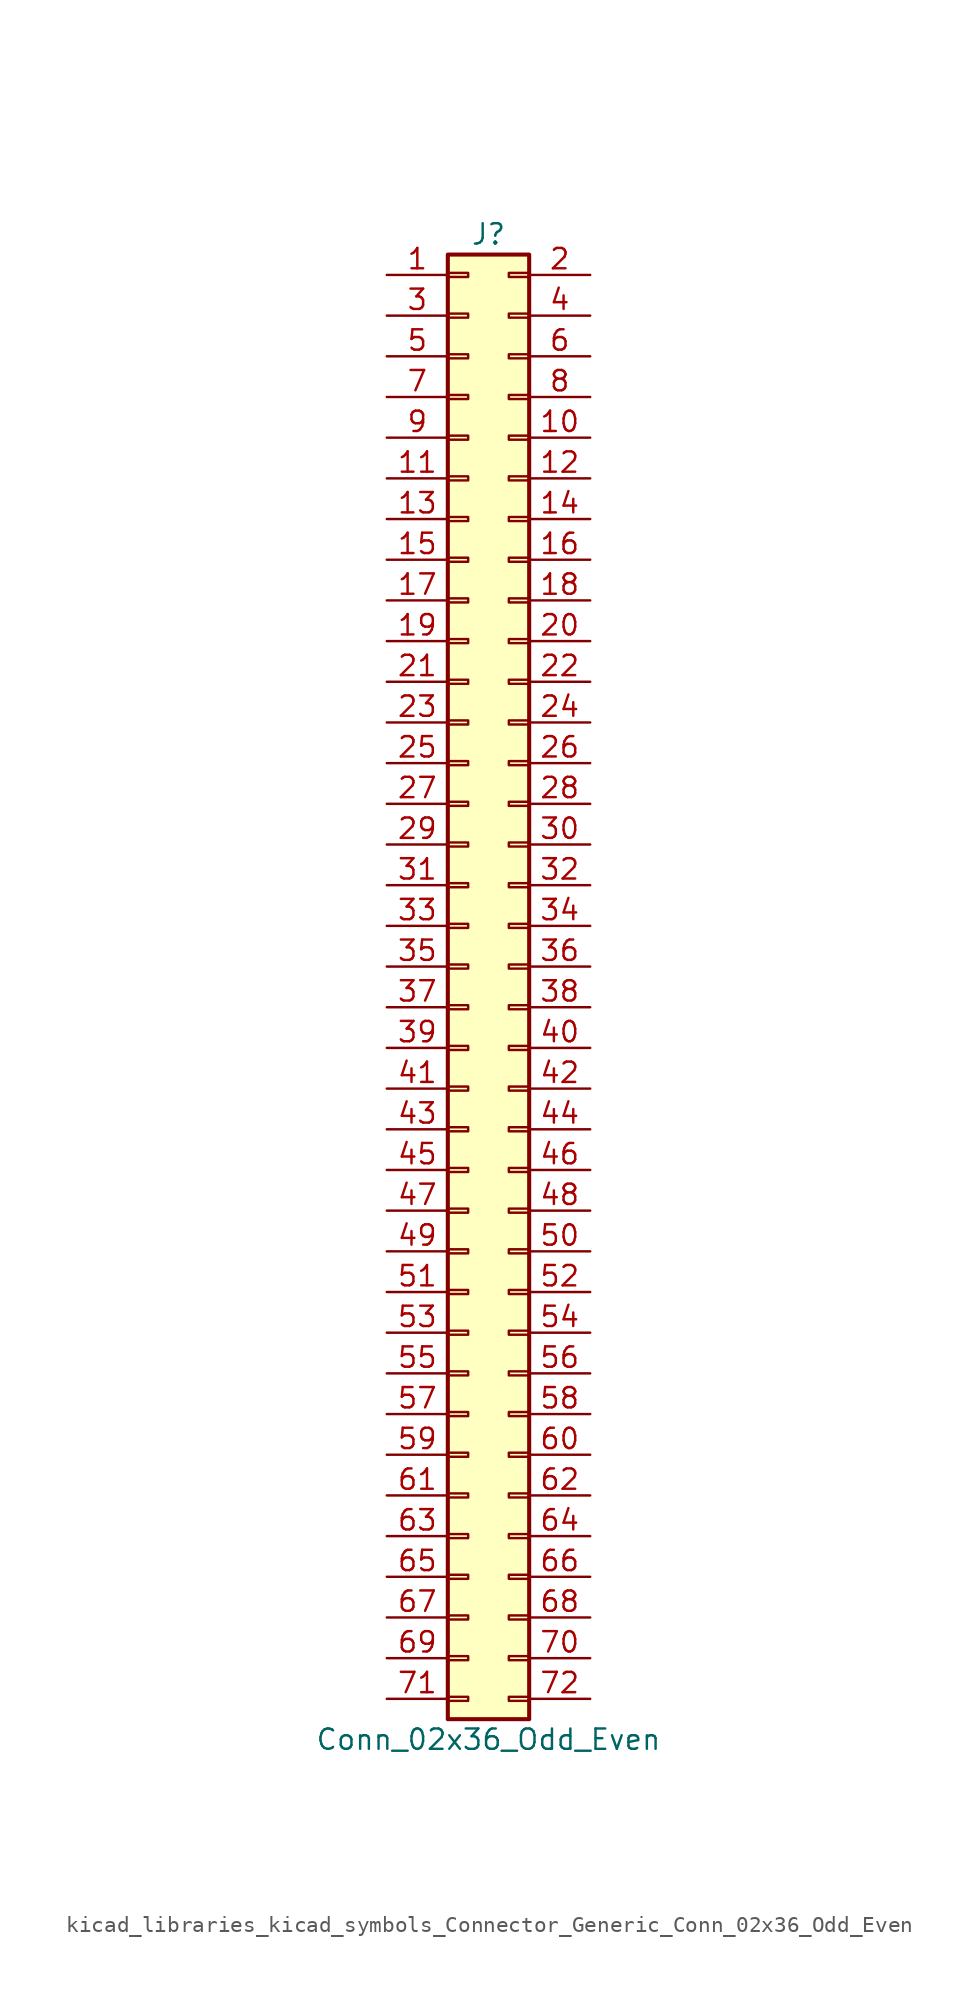
<source format=kicad_sym>
(kicad_symbol_lib
  (version 20220914)
  (generator kicad_symbol_editor)
  (symbol "kicad_libraries_kicad_symbols_Connector_Generic_Conn_02x36_Odd_Even"
    (pin_names
      (offset 1.016) hide)
    (property "Reference" "J"
      (at 1.27 45.72 0)
      (effects (font (size 1.27 1.27))))
    (property "Value" "Conn_02x36_Odd_Even"
      (at 1.27 -48.26 0)
      (effects (font (size 1.27 1.27))))
    (symbol "kicad_libraries_kicad_symbols_Connector_Generic_Conn_02x36_Odd_Even_1_1"
      (rectangle (start -1.27 -45.593) (end 0 -45.847) (stroke (width 0.152) (type default)) (fill (type none)))
      (rectangle (start -1.27 -43.053) (end 0 -43.307) (stroke (width 0.152) (type default)) (fill (type none)))
      (rectangle (start -1.27 -40.513) (end 0 -40.767) (stroke (width 0.152) (type default)) (fill (type none)))
      (rectangle (start -1.27 -37.973) (end 0 -38.227) (stroke (width 0.152) (type default)) (fill (type none)))
      (rectangle (start -1.27 -35.433) (end 0 -35.687) (stroke (width 0.152) (type default)) (fill (type none)))
      (rectangle (start -1.27 -32.893) (end 0 -33.147) (stroke (width 0.152) (type default)) (fill (type none)))
      (rectangle (start -1.27 -30.353) (end 0 -30.607) (stroke (width 0.152) (type default)) (fill (type none)))
      (rectangle (start -1.27 -27.813) (end 0 -28.067) (stroke (width 0.152) (type default)) (fill (type none)))
      (rectangle (start -1.27 -25.273) (end 0 -25.527) (stroke (width 0.152) (type default)) (fill (type none)))
      (rectangle (start -1.27 -22.733) (end 0 -22.987) (stroke (width 0.152) (type default)) (fill (type none)))
      (rectangle (start -1.27 -20.193) (end 0 -20.447) (stroke (width 0.152) (type default)) (fill (type none)))
      (rectangle (start -1.27 -17.653) (end 0 -17.907) (stroke (width 0.152) (type default)) (fill (type none)))
      (rectangle (start -1.27 -15.113) (end 0 -15.367) (stroke (width 0.152) (type default)) (fill (type none)))
      (rectangle (start -1.27 -12.573) (end 0 -12.827) (stroke (width 0.152) (type default)) (fill (type none)))
      (rectangle (start -1.27 -10.033) (end 0 -10.287) (stroke (width 0.152) (type default)) (fill (type none)))
      (rectangle (start -1.27 -7.493) (end 0 -7.747) (stroke (width 0.152) (type default)) (fill (type none)))
      (rectangle (start -1.27 -4.953) (end 0 -5.207) (stroke (width 0.152) (type default)) (fill (type none)))
      (rectangle (start -1.27 -2.413) (end 0 -2.667) (stroke (width 0.152) (type default)) (fill (type none)))
      (rectangle (start -1.27 0.127) (end 0 -0.127) (stroke (width 0.152) (type default)) (fill (type none)))
      (rectangle (start -1.27 2.667) (end 0 2.413) (stroke (width 0.152) (type default)) (fill (type none)))
      (rectangle (start -1.27 5.207) (end 0 4.953) (stroke (width 0.152) (type default)) (fill (type none)))
      (rectangle (start -1.27 7.747) (end 0 7.493) (stroke (width 0.152) (type default)) (fill (type none)))
      (rectangle (start -1.27 10.287) (end 0 10.033) (stroke (width 0.152) (type default)) (fill (type none)))
      (rectangle (start -1.27 12.827) (end 0 12.573) (stroke (width 0.152) (type default)) (fill (type none)))
      (rectangle (start -1.27 15.367) (end 0 15.113) (stroke (width 0.152) (type default)) (fill (type none)))
      (rectangle (start -1.27 17.907) (end 0 17.653) (stroke (width 0.152) (type default)) (fill (type none)))
      (rectangle (start -1.27 20.447) (end 0 20.193) (stroke (width 0.152) (type default)) (fill (type none)))
      (rectangle (start -1.27 22.987) (end 0 22.733) (stroke (width 0.152) (type default)) (fill (type none)))
      (rectangle (start -1.27 25.527) (end 0 25.273) (stroke (width 0.152) (type default)) (fill (type none)))
      (rectangle (start -1.27 28.067) (end 0 27.813) (stroke (width 0.152) (type default)) (fill (type none)))
      (rectangle (start -1.27 30.607) (end 0 30.353) (stroke (width 0.152) (type default)) (fill (type none)))
      (rectangle (start -1.27 33.147) (end 0 32.893) (stroke (width 0.152) (type default)) (fill (type none)))
      (rectangle (start -1.27 35.687) (end 0 35.433) (stroke (width 0.152) (type default)) (fill (type none)))
      (rectangle (start -1.27 38.227) (end 0 37.973) (stroke (width 0.152) (type default)) (fill (type none)))
      (rectangle (start -1.27 40.767) (end 0 40.513) (stroke (width 0.152) (type default)) (fill (type none)))
      (rectangle (start -1.27 43.307) (end 0 43.053) (stroke (width 0.152) (type default)) (fill (type none)))
      (rectangle (start -1.27 44.45) (end 3.81 -46.99) (stroke (width 0.254) (type default)) (fill (type background)))
      (rectangle (start 3.81 -45.593) (end 2.54 -45.847) (stroke (width 0.152) (type default)) (fill (type none)))
      (rectangle (start 3.81 -43.053) (end 2.54 -43.307) (stroke (width 0.152) (type default)) (fill (type none)))
      (rectangle (start 3.81 -40.513) (end 2.54 -40.767) (stroke (width 0.152) (type default)) (fill (type none)))
      (rectangle (start 3.81 -37.973) (end 2.54 -38.227) (stroke (width 0.152) (type default)) (fill (type none)))
      (rectangle (start 3.81 -35.433) (end 2.54 -35.687) (stroke (width 0.152) (type default)) (fill (type none)))
      (rectangle (start 3.81 -32.893) (end 2.54 -33.147) (stroke (width 0.152) (type default)) (fill (type none)))
      (rectangle (start 3.81 -30.353) (end 2.54 -30.607) (stroke (width 0.152) (type default)) (fill (type none)))
      (rectangle (start 3.81 -27.813) (end 2.54 -28.067) (stroke (width 0.152) (type default)) (fill (type none)))
      (rectangle (start 3.81 -25.273) (end 2.54 -25.527) (stroke (width 0.152) (type default)) (fill (type none)))
      (rectangle (start 3.81 -22.733) (end 2.54 -22.987) (stroke (width 0.152) (type default)) (fill (type none)))
      (rectangle (start 3.81 -20.193) (end 2.54 -20.447) (stroke (width 0.152) (type default)) (fill (type none)))
      (rectangle (start 3.81 -17.653) (end 2.54 -17.907) (stroke (width 0.152) (type default)) (fill (type none)))
      (rectangle (start 3.81 -15.113) (end 2.54 -15.367) (stroke (width 0.152) (type default)) (fill (type none)))
      (rectangle (start 3.81 -12.573) (end 2.54 -12.827) (stroke (width 0.152) (type default)) (fill (type none)))
      (rectangle (start 3.81 -10.033) (end 2.54 -10.287) (stroke (width 0.152) (type default)) (fill (type none)))
      (rectangle (start 3.81 -7.493) (end 2.54 -7.747) (stroke (width 0.152) (type default)) (fill (type none)))
      (rectangle (start 3.81 -4.953) (end 2.54 -5.207) (stroke (width 0.152) (type default)) (fill (type none)))
      (rectangle (start 3.81 -2.413) (end 2.54 -2.667) (stroke (width 0.152) (type default)) (fill (type none)))
      (rectangle (start 3.81 0.127) (end 2.54 -0.127) (stroke (width 0.152) (type default)) (fill (type none)))
      (rectangle (start 3.81 2.667) (end 2.54 2.413) (stroke (width 0.152) (type default)) (fill (type none)))
      (rectangle (start 3.81 5.207) (end 2.54 4.953) (stroke (width 0.152) (type default)) (fill (type none)))
      (rectangle (start 3.81 7.747) (end 2.54 7.493) (stroke (width 0.152) (type default)) (fill (type none)))
      (rectangle (start 3.81 10.287) (end 2.54 10.033) (stroke (width 0.152) (type default)) (fill (type none)))
      (rectangle (start 3.81 12.827) (end 2.54 12.573) (stroke (width 0.152) (type default)) (fill (type none)))
      (rectangle (start 3.81 15.367) (end 2.54 15.113) (stroke (width 0.152) (type default)) (fill (type none)))
      (rectangle (start 3.81 17.907) (end 2.54 17.653) (stroke (width 0.152) (type default)) (fill (type none)))
      (rectangle (start 3.81 20.447) (end 2.54 20.193) (stroke (width 0.152) (type default)) (fill (type none)))
      (rectangle (start 3.81 22.987) (end 2.54 22.733) (stroke (width 0.152) (type default)) (fill (type none)))
      (rectangle (start 3.81 25.527) (end 2.54 25.273) (stroke (width 0.152) (type default)) (fill (type none)))
      (rectangle (start 3.81 28.067) (end 2.54 27.813) (stroke (width 0.152) (type default)) (fill (type none)))
      (rectangle (start 3.81 30.607) (end 2.54 30.353) (stroke (width 0.152) (type default)) (fill (type none)))
      (rectangle (start 3.81 33.147) (end 2.54 32.893) (stroke (width 0.152) (type default)) (fill (type none)))
      (rectangle (start 3.81 35.687) (end 2.54 35.433) (stroke (width 0.152) (type default)) (fill (type none)))
      (rectangle (start 3.81 38.227) (end 2.54 37.973) (stroke (width 0.152) (type default)) (fill (type none)))
      (rectangle (start 3.81 40.767) (end 2.54 40.513) (stroke (width 0.152) (type default)) (fill (type none)))
      (rectangle (start 3.81 43.307) (end 2.54 43.053) (stroke (width 0.152) (type default)) (fill (type none)))
      (pin passive line (at -5.08 43.18 0) (length 3.81) (name "Pin_1" (effects (font (size 1.27 1.27)))) (number "1" (effects (font (size 1.27 1.27)))))
      (pin passive line (at 7.62 33.02 180) (length 3.81) (name "Pin_10" (effects (font (size 1.27 1.27)))) (number "10" (effects (font (size 1.27 1.27)))))
      (pin passive line (at -5.08 30.48 0) (length 3.81) (name "Pin_11" (effects (font (size 1.27 1.27)))) (number "11" (effects (font (size 1.27 1.27)))))
      (pin passive line (at 7.62 30.48 180) (length 3.81) (name "Pin_12" (effects (font (size 1.27 1.27)))) (number "12" (effects (font (size 1.27 1.27)))))
      (pin passive line (at -5.08 27.94 0) (length 3.81) (name "Pin_13" (effects (font (size 1.27 1.27)))) (number "13" (effects (font (size 1.27 1.27)))))
      (pin passive line (at 7.62 27.94 180) (length 3.81) (name "Pin_14" (effects (font (size 1.27 1.27)))) (number "14" (effects (font (size 1.27 1.27)))))
      (pin passive line (at -5.08 25.4 0) (length 3.81) (name "Pin_15" (effects (font (size 1.27 1.27)))) (number "15" (effects (font (size 1.27 1.27)))))
      (pin passive line (at 7.62 25.4 180) (length 3.81) (name "Pin_16" (effects (font (size 1.27 1.27)))) (number "16" (effects (font (size 1.27 1.27)))))
      (pin passive line (at -5.08 22.86 0) (length 3.81) (name "Pin_17" (effects (font (size 1.27 1.27)))) (number "17" (effects (font (size 1.27 1.27)))))
      (pin passive line (at 7.62 22.86 180) (length 3.81) (name "Pin_18" (effects (font (size 1.27 1.27)))) (number "18" (effects (font (size 1.27 1.27)))))
      (pin passive line (at -5.08 20.32 0) (length 3.81) (name "Pin_19" (effects (font (size 1.27 1.27)))) (number "19" (effects (font (size 1.27 1.27)))))
      (pin passive line (at 7.62 43.18 180) (length 3.81) (name "Pin_2" (effects (font (size 1.27 1.27)))) (number "2" (effects (font (size 1.27 1.27)))))
      (pin passive line (at 7.62 20.32 180) (length 3.81) (name "Pin_20" (effects (font (size 1.27 1.27)))) (number "20" (effects (font (size 1.27 1.27)))))
      (pin passive line (at -5.08 17.78 0) (length 3.81) (name "Pin_21" (effects (font (size 1.27 1.27)))) (number "21" (effects (font (size 1.27 1.27)))))
      (pin passive line (at 7.62 17.78 180) (length 3.81) (name "Pin_22" (effects (font (size 1.27 1.27)))) (number "22" (effects (font (size 1.27 1.27)))))
      (pin passive line (at -5.08 15.24 0) (length 3.81) (name "Pin_23" (effects (font (size 1.27 1.27)))) (number "23" (effects (font (size 1.27 1.27)))))
      (pin passive line (at 7.62 15.24 180) (length 3.81) (name "Pin_24" (effects (font (size 1.27 1.27)))) (number "24" (effects (font (size 1.27 1.27)))))
      (pin passive line (at -5.08 12.7 0) (length 3.81) (name "Pin_25" (effects (font (size 1.27 1.27)))) (number "25" (effects (font (size 1.27 1.27)))))
      (pin passive line (at 7.62 12.7 180) (length 3.81) (name "Pin_26" (effects (font (size 1.27 1.27)))) (number "26" (effects (font (size 1.27 1.27)))))
      (pin passive line (at -5.08 10.16 0) (length 3.81) (name "Pin_27" (effects (font (size 1.27 1.27)))) (number "27" (effects (font (size 1.27 1.27)))))
      (pin passive line (at 7.62 10.16 180) (length 3.81) (name "Pin_28" (effects (font (size 1.27 1.27)))) (number "28" (effects (font (size 1.27 1.27)))))
      (pin passive line (at -5.08 7.62 0) (length 3.81) (name "Pin_29" (effects (font (size 1.27 1.27)))) (number "29" (effects (font (size 1.27 1.27)))))
      (pin passive line (at -5.08 40.64 0) (length 3.81) (name "Pin_3" (effects (font (size 1.27 1.27)))) (number "3" (effects (font (size 1.27 1.27)))))
      (pin passive line (at 7.62 7.62 180) (length 3.81) (name "Pin_30" (effects (font (size 1.27 1.27)))) (number "30" (effects (font (size 1.27 1.27)))))
      (pin passive line (at -5.08 5.08 0) (length 3.81) (name "Pin_31" (effects (font (size 1.27 1.27)))) (number "31" (effects (font (size 1.27 1.27)))))
      (pin passive line (at 7.62 5.08 180) (length 3.81) (name "Pin_32" (effects (font (size 1.27 1.27)))) (number "32" (effects (font (size 1.27 1.27)))))
      (pin passive line (at -5.08 2.54 0) (length 3.81) (name "Pin_33" (effects (font (size 1.27 1.27)))) (number "33" (effects (font (size 1.27 1.27)))))
      (pin passive line (at 7.62 2.54 180) (length 3.81) (name "Pin_34" (effects (font (size 1.27 1.27)))) (number "34" (effects (font (size 1.27 1.27)))))
      (pin passive line (at -5.08 0 0) (length 3.81) (name "Pin_35" (effects (font (size 1.27 1.27)))) (number "35" (effects (font (size 1.27 1.27)))))
      (pin passive line (at 7.62 0 180) (length 3.81) (name "Pin_36" (effects (font (size 1.27 1.27)))) (number "36" (effects (font (size 1.27 1.27)))))
      (pin passive line (at -5.08 -2.54 0) (length 3.81) (name "Pin_37" (effects (font (size 1.27 1.27)))) (number "37" (effects (font (size 1.27 1.27)))))
      (pin passive line (at 7.62 -2.54 180) (length 3.81) (name "Pin_38" (effects (font (size 1.27 1.27)))) (number "38" (effects (font (size 1.27 1.27)))))
      (pin passive line (at -5.08 -5.08 0) (length 3.81) (name "Pin_39" (effects (font (size 1.27 1.27)))) (number "39" (effects (font (size 1.27 1.27)))))
      (pin passive line (at 7.62 40.64 180) (length 3.81) (name "Pin_4" (effects (font (size 1.27 1.27)))) (number "4" (effects (font (size 1.27 1.27)))))
      (pin passive line (at 7.62 -5.08 180) (length 3.81) (name "Pin_40" (effects (font (size 1.27 1.27)))) (number "40" (effects (font (size 1.27 1.27)))))
      (pin passive line (at -5.08 -7.62 0) (length 3.81) (name "Pin_41" (effects (font (size 1.27 1.27)))) (number "41" (effects (font (size 1.27 1.27)))))
      (pin passive line (at 7.62 -7.62 180) (length 3.81) (name "Pin_42" (effects (font (size 1.27 1.27)))) (number "42" (effects (font (size 1.27 1.27)))))
      (pin passive line (at -5.08 -10.16 0) (length 3.81) (name "Pin_43" (effects (font (size 1.27 1.27)))) (number "43" (effects (font (size 1.27 1.27)))))
      (pin passive line (at 7.62 -10.16 180) (length 3.81) (name "Pin_44" (effects (font (size 1.27 1.27)))) (number "44" (effects (font (size 1.27 1.27)))))
      (pin passive line (at -5.08 -12.7 0) (length 3.81) (name "Pin_45" (effects (font (size 1.27 1.27)))) (number "45" (effects (font (size 1.27 1.27)))))
      (pin passive line (at 7.62 -12.7 180) (length 3.81) (name "Pin_46" (effects (font (size 1.27 1.27)))) (number "46" (effects (font (size 1.27 1.27)))))
      (pin passive line (at -5.08 -15.24 0) (length 3.81) (name "Pin_47" (effects (font (size 1.27 1.27)))) (number "47" (effects (font (size 1.27 1.27)))))
      (pin passive line (at 7.62 -15.24 180) (length 3.81) (name "Pin_48" (effects (font (size 1.27 1.27)))) (number "48" (effects (font (size 1.27 1.27)))))
      (pin passive line (at -5.08 -17.78 0) (length 3.81) (name "Pin_49" (effects (font (size 1.27 1.27)))) (number "49" (effects (font (size 1.27 1.27)))))
      (pin passive line (at -5.08 38.1 0) (length 3.81) (name "Pin_5" (effects (font (size 1.27 1.27)))) (number "5" (effects (font (size 1.27 1.27)))))
      (pin passive line (at 7.62 -17.78 180) (length 3.81) (name "Pin_50" (effects (font (size 1.27 1.27)))) (number "50" (effects (font (size 1.27 1.27)))))
      (pin passive line (at -5.08 -20.32 0) (length 3.81) (name "Pin_51" (effects (font (size 1.27 1.27)))) (number "51" (effects (font (size 1.27 1.27)))))
      (pin passive line (at 7.62 -20.32 180) (length 3.81) (name "Pin_52" (effects (font (size 1.27 1.27)))) (number "52" (effects (font (size 1.27 1.27)))))
      (pin passive line (at -5.08 -22.86 0) (length 3.81) (name "Pin_53" (effects (font (size 1.27 1.27)))) (number "53" (effects (font (size 1.27 1.27)))))
      (pin passive line (at 7.62 -22.86 180) (length 3.81) (name "Pin_54" (effects (font (size 1.27 1.27)))) (number "54" (effects (font (size 1.27 1.27)))))
      (pin passive line (at -5.08 -25.4 0) (length 3.81) (name "Pin_55" (effects (font (size 1.27 1.27)))) (number "55" (effects (font (size 1.27 1.27)))))
      (pin passive line (at 7.62 -25.4 180) (length 3.81) (name "Pin_56" (effects (font (size 1.27 1.27)))) (number "56" (effects (font (size 1.27 1.27)))))
      (pin passive line (at -5.08 -27.94 0) (length 3.81) (name "Pin_57" (effects (font (size 1.27 1.27)))) (number "57" (effects (font (size 1.27 1.27)))))
      (pin passive line (at 7.62 -27.94 180) (length 3.81) (name "Pin_58" (effects (font (size 1.27 1.27)))) (number "58" (effects (font (size 1.27 1.27)))))
      (pin passive line (at -5.08 -30.48 0) (length 3.81) (name "Pin_59" (effects (font (size 1.27 1.27)))) (number "59" (effects (font (size 1.27 1.27)))))
      (pin passive line (at 7.62 38.1 180) (length 3.81) (name "Pin_6" (effects (font (size 1.27 1.27)))) (number "6" (effects (font (size 1.27 1.27)))))
      (pin passive line (at 7.62 -30.48 180) (length 3.81) (name "Pin_60" (effects (font (size 1.27 1.27)))) (number "60" (effects (font (size 1.27 1.27)))))
      (pin passive line (at -5.08 -33.02 0) (length 3.81) (name "Pin_61" (effects (font (size 1.27 1.27)))) (number "61" (effects (font (size 1.27 1.27)))))
      (pin passive line (at 7.62 -33.02 180) (length 3.81) (name "Pin_62" (effects (font (size 1.27 1.27)))) (number "62" (effects (font (size 1.27 1.27)))))
      (pin passive line (at -5.08 -35.56 0) (length 3.81) (name "Pin_63" (effects (font (size 1.27 1.27)))) (number "63" (effects (font (size 1.27 1.27)))))
      (pin passive line (at 7.62 -35.56 180) (length 3.81) (name "Pin_64" (effects (font (size 1.27 1.27)))) (number "64" (effects (font (size 1.27 1.27)))))
      (pin passive line (at -5.08 -38.1 0) (length 3.81) (name "Pin_65" (effects (font (size 1.27 1.27)))) (number "65" (effects (font (size 1.27 1.27)))))
      (pin passive line (at 7.62 -38.1 180) (length 3.81) (name "Pin_66" (effects (font (size 1.27 1.27)))) (number "66" (effects (font (size 1.27 1.27)))))
      (pin passive line (at -5.08 -40.64 0) (length 3.81) (name "Pin_67" (effects (font (size 1.27 1.27)))) (number "67" (effects (font (size 1.27 1.27)))))
      (pin passive line (at 7.62 -40.64 180) (length 3.81) (name "Pin_68" (effects (font (size 1.27 1.27)))) (number "68" (effects (font (size 1.27 1.27)))))
      (pin passive line (at -5.08 -43.18 0) (length 3.81) (name "Pin_69" (effects (font (size 1.27 1.27)))) (number "69" (effects (font (size 1.27 1.27)))))
      (pin passive line (at -5.08 35.56 0) (length 3.81) (name "Pin_7" (effects (font (size 1.27 1.27)))) (number "7" (effects (font (size 1.27 1.27)))))
      (pin passive line (at 7.62 -43.18 180) (length 3.81) (name "Pin_70" (effects (font (size 1.27 1.27)))) (number "70" (effects (font (size 1.27 1.27)))))
      (pin passive line (at -5.08 -45.72 0) (length 3.81) (name "Pin_71" (effects (font (size 1.27 1.27)))) (number "71" (effects (font (size 1.27 1.27)))))
      (pin passive line (at 7.62 -45.72 180) (length 3.81) (name "Pin_72" (effects (font (size 1.27 1.27)))) (number "72" (effects (font (size 1.27 1.27)))))
      (pin passive line (at 7.62 35.56 180) (length 3.81) (name "Pin_8" (effects (font (size 1.27 1.27)))) (number "8" (effects (font (size 1.27 1.27)))))
      (pin passive line (at -5.08 33.02 0) (length 3.81) (name "Pin_9" (effects (font (size 1.27 1.27)))) (number "9" (effects (font (size 1.27 1.27))))))))
</source>
